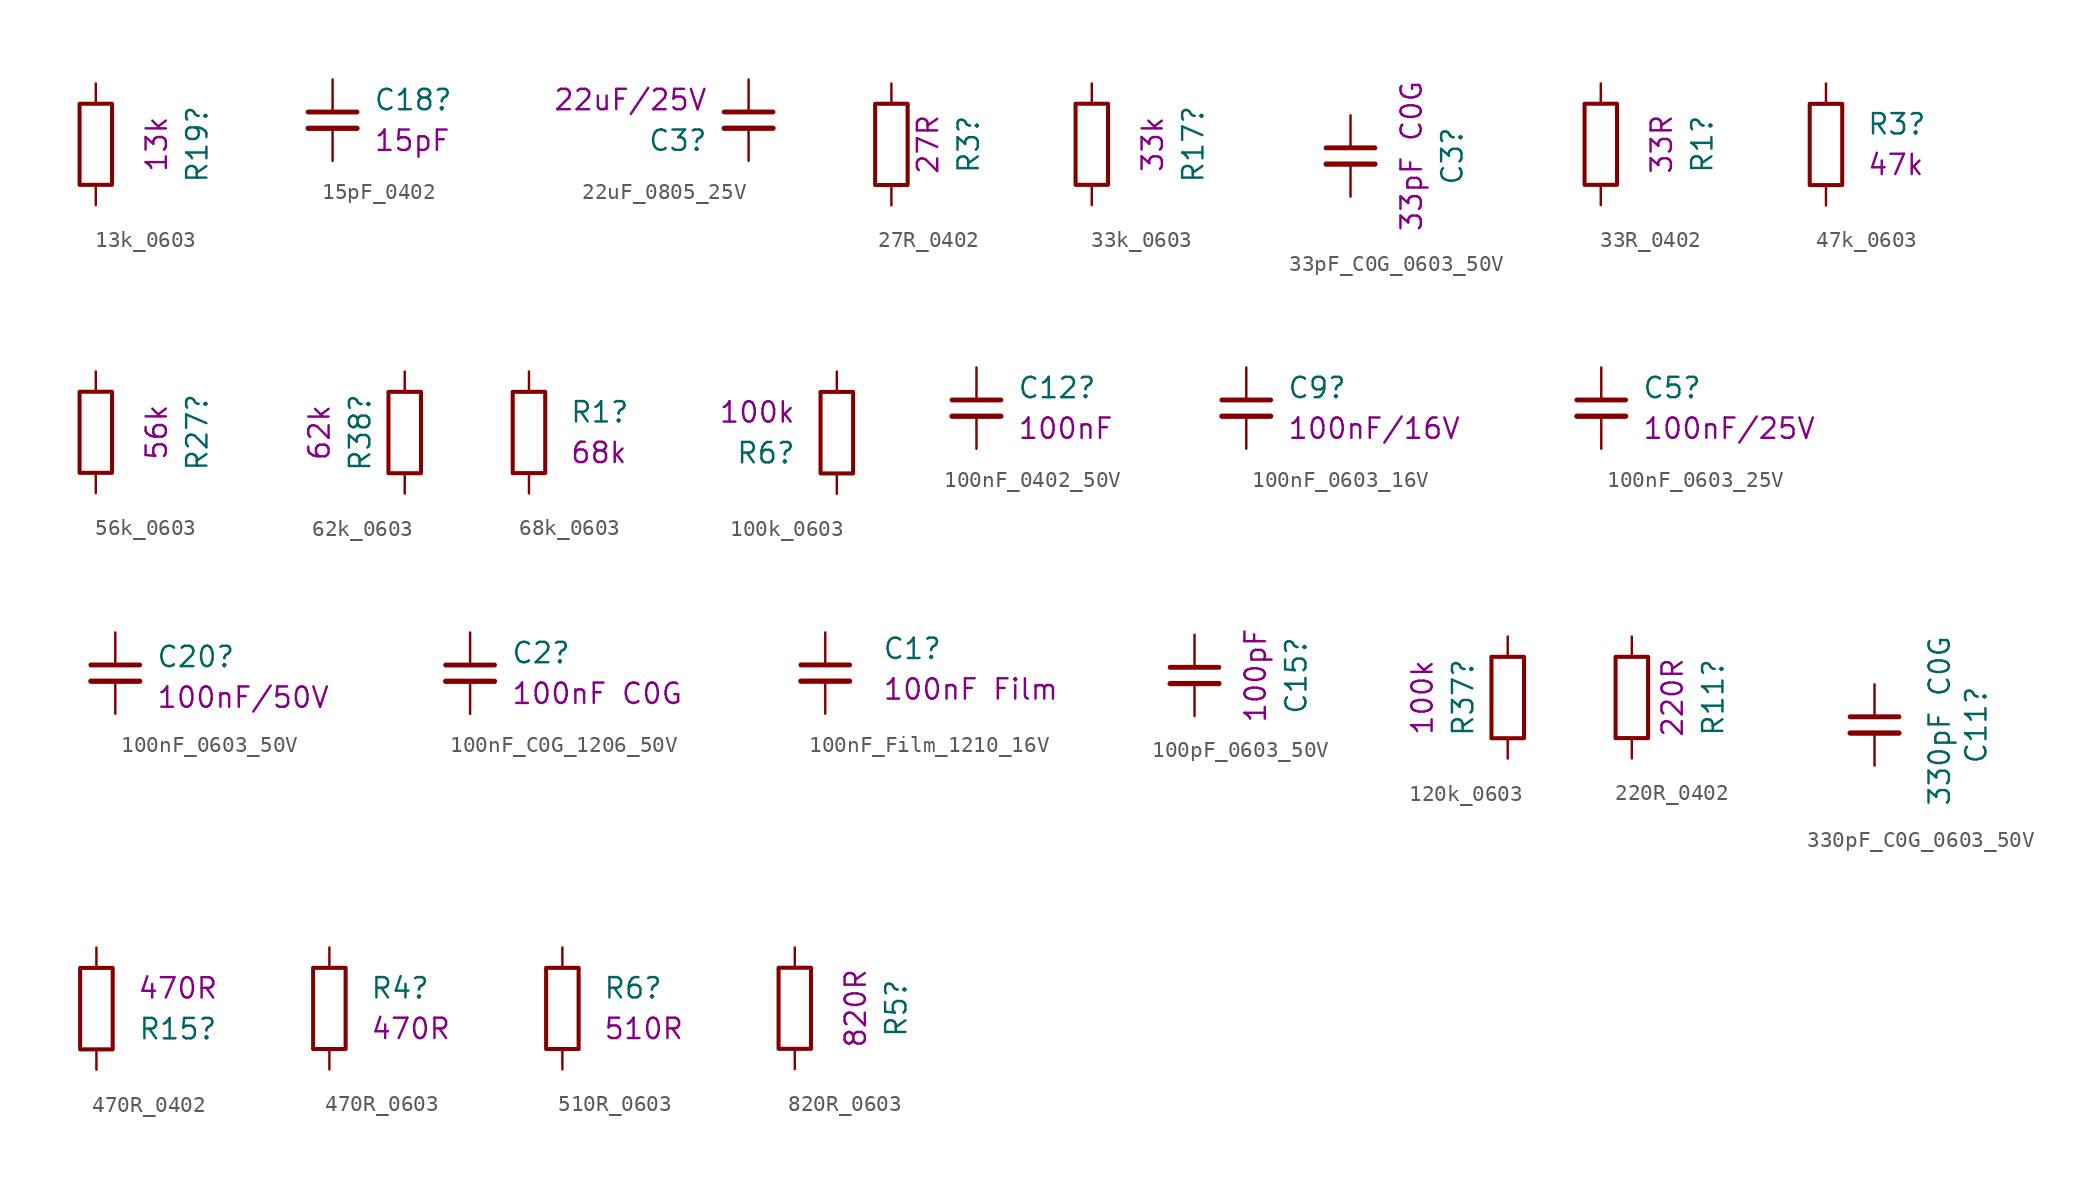
<source format=kicad_sym>
(kicad_symbol_lib
  (version 20241209)
  (generator "kicad_symbol_editor")
  (generator_version "9.0")
  (symbol "13k_0603"
    (pin_numbers
      (hide yes))
    (pin_names
      (offset 0))
    (property "Reference" "R19"
      (at 6.35 0 90)
      (effects (font (size 1.27 1.27))))
    (property "Display" "13k"
      (at 3.81 0 90)
      (effects (font (size 1.27 1.27))))
    (symbol "13k_0603_0_1"
      (rectangle (start -1.016 -2.54) (end 1.016 2.54) (stroke (width 0.254) (type default)) (fill (type none))))
    (symbol "13k_0603_1_1"
      (pin passive line (at 0 3.81 270) (length 1.27) (name "~" (effects (font (size 1.27 1.27)))) (number "1" (effects (font (size 1.27 1.27)))))
      (pin passive line (at 0 -3.81 90) (length 1.27) (name "~" (effects (font (size 1.27 1.27)))) (number "2" (effects (font (size 1.27 1.27)))))))
  (symbol "15pF_0402"
    (pin_numbers
      (hide yes))
    (pin_names
      (offset 0.254)
      (hide yes))
    (property "Reference" "C18"
      (at 2.54 1.264 0)
      (effects (font (size 1.27 1.27)) (justify left)))
    (property "Display" "15pF"
      (at 2.54 -1.276 0)
      (effects (font (size 1.27 1.27)) (justify left)))
    (symbol "15pF_0402_0_1"
      (polyline (pts (xy -1.524 0.508) (xy 1.524 0.508)) (stroke (width 0.305) (type default)) (fill (type none)))
      (polyline (pts (xy -1.524 -0.508) (xy 1.524 -0.508)) (stroke (width 0.33) (type default)) (fill (type none))))
    (symbol "15pF_0402_1_1"
      (pin passive line (at 0 2.54 270) (length 2.032) (name "~" (effects (font (size 1.27 1.27)))) (number "1" (effects (font (size 1.27 1.27)))))
      (pin passive line (at 0 -2.54 90) (length 2.032) (name "~" (effects (font (size 1.27 1.27)))) (number "2" (effects (font (size 1.27 1.27)))))))
  (symbol "22uF_0805_25V"
    (pin_numbers
      (hide yes))
    (pin_names
      (offset 0.254)
      (hide yes))
    (property "Reference" "C3"
      (at -2.54 -1.276 0)
      (effects (font (size 1.27 1.27)) (justify right)))
    (property "Display" "22uF/25V"
      (at -2.54 1.264 0)
      (effects (font (size 1.27 1.27)) (justify right)))
    (symbol "22uF_0805_25V_0_1"
      (polyline (pts (xy -1.524 0.508) (xy 1.524 0.508)) (stroke (width 0.305) (type default)) (fill (type none)))
      (polyline (pts (xy -1.524 -0.508) (xy 1.524 -0.508)) (stroke (width 0.33) (type default)) (fill (type none))))
    (symbol "22uF_0805_25V_1_1"
      (pin passive line (at 0 2.54 270) (length 2.032) (name "~" (effects (font (size 1.27 1.27)))) (number "1" (effects (font (size 1.27 1.27)))))
      (pin passive line (at 0 -2.54 90) (length 2.032) (name "~" (effects (font (size 1.27 1.27)))) (number "2" (effects (font (size 1.27 1.27)))))))
  (symbol "27R_0402"
    (pin_numbers
      (hide yes))
    (pin_names
      (offset 0))
    (property "Reference" "R3"
      (at 4.826 0 90)
      (effects (font (size 1.27 1.27))))
    (property "Display" "27R"
      (at 2.286 0 90)
      (effects (font (size 1.27 1.27))))
    (symbol "27R_0402_0_1"
      (rectangle (start -1.016 -2.54) (end 1.016 2.54) (stroke (width 0.254) (type default)) (fill (type none))))
    (symbol "27R_0402_1_1"
      (pin passive line (at 0 3.81 270) (length 1.27) (name "~" (effects (font (size 1.27 1.27)))) (number "1" (effects (font (size 1.27 1.27)))))
      (pin passive line (at 0 -3.81 90) (length 1.27) (name "~" (effects (font (size 1.27 1.27)))) (number "2" (effects (font (size 1.27 1.27)))))))
  (symbol "33k_0603"
    (pin_numbers
      (hide yes))
    (pin_names
      (offset 0))
    (property "Reference" "R17"
      (at 6.35 0 90)
      (effects (font (size 1.27 1.27))))
    (property "Display" "33k"
      (at 3.81 0 90)
      (effects (font (size 1.27 1.27))))
    (symbol "33k_0603_0_1"
      (rectangle (start -1.016 -2.54) (end 1.016 2.54) (stroke (width 0.254) (type default)) (fill (type none))))
    (symbol "33k_0603_1_1"
      (pin passive line (at 0 3.81 270) (length 1.27) (name "~" (effects (font (size 1.27 1.27)))) (number "1" (effects (font (size 1.27 1.27)))))
      (pin passive line (at 0 -3.81 90) (length 1.27) (name "~" (effects (font (size 1.27 1.27)))) (number "2" (effects (font (size 1.27 1.27)))))))
  (symbol "33pF_C0G_0603_50V"
    (pin_numbers
      (hide yes))
    (pin_names
      (offset 0.254)
      (hide yes))
    (property "Reference" "C3"
      (at 6.35 -0.006 90)
      (effects (font (size 1.27 1.27))))
    (property "Display" "33pF C0G"
      (at 3.81 -0.006 90)
      (effects (font (size 1.27 1.27))))
    (symbol "33pF_C0G_0603_50V_0_1"
      (polyline (pts (xy -1.524 0.508) (xy 1.524 0.508)) (stroke (width 0.305) (type default)) (fill (type none)))
      (polyline (pts (xy -1.524 -0.508) (xy 1.524 -0.508)) (stroke (width 0.33) (type default)) (fill (type none))))
    (symbol "33pF_C0G_0603_50V_1_1"
      (pin passive line (at 0 2.54 270) (length 2.032) (name "~" (effects (font (size 1.27 1.27)))) (number "1" (effects (font (size 1.27 1.27)))))
      (pin passive line (at 0 -2.54 90) (length 2.032) (name "~" (effects (font (size 1.27 1.27)))) (number "2" (effects (font (size 1.27 1.27)))))))
  (symbol "33R_0402"
    (pin_numbers
      (hide yes))
    (pin_names
      (offset 0))
    (property "Reference" "R1"
      (at 6.35 0 90)
      (effects (font (size 1.27 1.27))))
    (property "Display" "33R"
      (at 3.81 0 90)
      (effects (font (size 1.27 1.27))))
    (symbol "33R_0402_0_1"
      (rectangle (start -1.016 -2.54) (end 1.016 2.54) (stroke (width 0.254) (type default)) (fill (type none))))
    (symbol "33R_0402_1_1"
      (pin passive line (at 0 3.81 270) (length 1.27) (name "~" (effects (font (size 1.27 1.27)))) (number "1" (effects (font (size 1.27 1.27)))))
      (pin passive line (at 0 -3.81 90) (length 1.27) (name "~" (effects (font (size 1.27 1.27)))) (number "2" (effects (font (size 1.27 1.27)))))))
  (symbol "47k_0603"
    (pin_numbers
      (hide yes))
    (pin_names
      (offset 0))
    (property "Reference" "R3"
      (at 2.54 1.27 0)
      (effects (font (size 1.27 1.27)) (justify left)))
    (property "Display" "47k"
      (at 2.54 -1.27 0)
      (effects (font (size 1.27 1.27)) (justify left)))
    (symbol "47k_0603_0_1"
      (rectangle (start -1.016 -2.54) (end 1.016 2.54) (stroke (width 0.254) (type default)) (fill (type none))))
    (symbol "47k_0603_1_1"
      (pin passive line (at 0 3.81 270) (length 1.27) (name "~" (effects (font (size 1.27 1.27)))) (number "1" (effects (font (size 1.27 1.27)))))
      (pin passive line (at 0 -3.81 90) (length 1.27) (name "~" (effects (font (size 1.27 1.27)))) (number "2" (effects (font (size 1.27 1.27)))))))
  (symbol "56k_0603"
    (pin_numbers
      (hide yes))
    (pin_names
      (offset 0))
    (property "Reference" "R27"
      (at 6.35 0 90)
      (effects (font (size 1.27 1.27))))
    (property "Display" "56k"
      (at 3.81 0 90)
      (effects (font (size 1.27 1.27))))
    (symbol "56k_0603_0_1"
      (rectangle (start -1.016 -2.54) (end 1.016 2.54) (stroke (width 0.254) (type default)) (fill (type none))))
    (symbol "56k_0603_1_1"
      (pin passive line (at 0 3.81 270) (length 1.27) (name "~" (effects (font (size 1.27 1.27)))) (number "1" (effects (font (size 1.27 1.27)))))
      (pin passive line (at 0 -3.81 90) (length 1.27) (name "~" (effects (font (size 1.27 1.27)))) (number "2" (effects (font (size 1.27 1.27)))))))
  (symbol "62k_0603"
    (pin_numbers
      (hide yes))
    (pin_names
      (offset 0))
    (property "Reference" "R38"
      (at -2.794 0 90)
      (effects (font (size 1.27 1.27))))
    (property "Display" "62k"
      (at -5.334 0 90)
      (effects (font (size 1.27 1.27))))
    (symbol "62k_0603_0_1"
      (rectangle (start -1.016 -2.54) (end 1.016 2.54) (stroke (width 0.254) (type default)) (fill (type none))))
    (symbol "62k_0603_1_1"
      (pin passive line (at 0 3.81 270) (length 1.27) (name "~" (effects (font (size 1.27 1.27)))) (number "1" (effects (font (size 1.27 1.27)))))
      (pin passive line (at 0 -3.81 90) (length 1.27) (name "~" (effects (font (size 1.27 1.27)))) (number "2" (effects (font (size 1.27 1.27)))))))
  (symbol "68k_0603"
    (pin_numbers
      (hide yes))
    (pin_names
      (offset 0))
    (property "Reference" "R1"
      (at 2.54 1.27 0)
      (effects (font (size 1.27 1.27)) (justify left)))
    (property "Display" "68k"
      (at 2.54 -1.27 0)
      (effects (font (size 1.27 1.27)) (justify left)))
    (symbol "68k_0603_0_1"
      (rectangle (start -1.016 -2.54) (end 1.016 2.54) (stroke (width 0.254) (type default)) (fill (type none))))
    (symbol "68k_0603_1_1"
      (pin passive line (at 0 3.81 270) (length 1.27) (name "~" (effects (font (size 1.27 1.27)))) (number "1" (effects (font (size 1.27 1.27)))))
      (pin passive line (at 0 -3.81 90) (length 1.27) (name "~" (effects (font (size 1.27 1.27)))) (number "2" (effects (font (size 1.27 1.27)))))))
  (symbol "100k_0603"
    (pin_numbers
      (hide yes))
    (pin_names
      (offset 0))
    (property "Reference" "R6"
      (at -2.54 -1.27 0)
      (effects (font (size 1.27 1.27)) (justify right)))
    (property "Display" "100k"
      (at -2.54 1.27 0)
      (effects (font (size 1.27 1.27)) (justify right)))
    (symbol "100k_0603_0_1"
      (rectangle (start -1.016 -2.54) (end 1.016 2.54) (stroke (width 0.254) (type default)) (fill (type none))))
    (symbol "100k_0603_1_1"
      (pin passive line (at 0 3.81 270) (length 1.27) (name "~" (effects (font (size 1.27 1.27)))) (number "1" (effects (font (size 1.27 1.27)))))
      (pin passive line (at 0 -3.81 90) (length 1.27) (name "~" (effects (font (size 1.27 1.27)))) (number "2" (effects (font (size 1.27 1.27)))))))
  (symbol "100nF_0402_50V"
    (pin_numbers
      (hide yes))
    (pin_names
      (offset 0.254)
      (hide yes))
    (property "Reference" "C12"
      (at 2.54 1.264 0)
      (effects (font (size 1.27 1.27)) (justify left)))
    (property "Display" "100nF"
      (at 2.54 -1.276 0)
      (effects (font (size 1.27 1.27)) (justify left)))
    (symbol "100nF_0402_50V_0_1"
      (polyline (pts (xy -1.524 0.508) (xy 1.524 0.508)) (stroke (width 0.305) (type default)) (fill (type none)))
      (polyline (pts (xy -1.524 -0.508) (xy 1.524 -0.508)) (stroke (width 0.33) (type default)) (fill (type none))))
    (symbol "100nF_0402_50V_1_1"
      (pin passive line (at 0 2.54 270) (length 2.032) (name "~" (effects (font (size 1.27 1.27)))) (number "1" (effects (font (size 1.27 1.27)))))
      (pin passive line (at 0 -2.54 90) (length 2.032) (name "~" (effects (font (size 1.27 1.27)))) (number "2" (effects (font (size 1.27 1.27)))))))
  (symbol "100nF_0603_16V"
    (pin_numbers
      (hide yes))
    (pin_names
      (offset 0.254)
      (hide yes))
    (property "Reference" "C9"
      (at 2.54 1.264 0)
      (effects (font (size 1.27 1.27)) (justify left)))
    (property "Display" "100nF/16V"
      (at 2.54 -1.276 0)
      (effects (font (size 1.27 1.27)) (justify left)))
    (symbol "100nF_0603_16V_0_1"
      (polyline (pts (xy -1.524 0.508) (xy 1.524 0.508)) (stroke (width 0.305) (type default)) (fill (type none)))
      (polyline (pts (xy -1.524 -0.508) (xy 1.524 -0.508)) (stroke (width 0.33) (type default)) (fill (type none))))
    (symbol "100nF_0603_16V_1_1"
      (pin passive line (at 0 2.54 270) (length 2.032) (name "~" (effects (font (size 1.27 1.27)))) (number "1" (effects (font (size 1.27 1.27)))))
      (pin passive line (at 0 -2.54 90) (length 2.032) (name "~" (effects (font (size 1.27 1.27)))) (number "2" (effects (font (size 1.27 1.27)))))))
  (symbol "100nF_0603_25V"
    (pin_numbers
      (hide yes))
    (pin_names
      (offset 0.254)
      (hide yes))
    (property "Reference" "C5"
      (at 2.54 1.264 0)
      (effects (font (size 1.27 1.27)) (justify left)))
    (property "Display" "100nF/25V"
      (at 2.54 -1.276 0)
      (effects (font (size 1.27 1.27)) (justify left)))
    (symbol "100nF_0603_25V_0_1"
      (polyline (pts (xy -1.524 0.508) (xy 1.524 0.508)) (stroke (width 0.305) (type default)) (fill (type none)))
      (polyline (pts (xy -1.524 -0.508) (xy 1.524 -0.508)) (stroke (width 0.33) (type default)) (fill (type none))))
    (symbol "100nF_0603_25V_1_1"
      (pin passive line (at 0 2.54 270) (length 2.032) (name "~" (effects (font (size 1.27 1.27)))) (number "1" (effects (font (size 1.27 1.27)))))
      (pin passive line (at 0 -2.54 90) (length 2.032) (name "~" (effects (font (size 1.27 1.27)))) (number "2" (effects (font (size 1.27 1.27)))))))
  (symbol "100nF_0603_50V"
    (pin_numbers
      (hide yes))
    (pin_names
      (offset 0.254)
      (hide yes))
    (property "Reference" "C20"
      (at 2.54 1.016 0)
      (effects (font (size 1.27 1.27)) (justify left)))
    (property "Display" "100nF/50V"
      (at 2.54 -1.524 0)
      (effects (font (size 1.27 1.27)) (justify left)))
    (symbol "100nF_0603_50V_0_1"
      (polyline (pts (xy -1.524 0.508) (xy 1.524 0.508)) (stroke (width 0.305) (type default)) (fill (type none)))
      (polyline (pts (xy -1.524 -0.508) (xy 1.524 -0.508)) (stroke (width 0.33) (type default)) (fill (type none))))
    (symbol "100nF_0603_50V_1_1"
      (pin passive line (at 0 2.54 270) (length 2.032) (name "~" (effects (font (size 1.27 1.27)))) (number "1" (effects (font (size 1.27 1.27)))))
      (pin passive line (at 0 -2.54 90) (length 2.032) (name "~" (effects (font (size 1.27 1.27)))) (number "2" (effects (font (size 1.27 1.27)))))))
  (symbol "100nF_C0G_1206_50V"
    (pin_numbers
      (hide yes))
    (pin_names
      (offset 0.254)
      (hide yes))
    (property "Reference" "C2"
      (at 2.54 1.264 0)
      (effects (font (size 1.27 1.27)) (justify left)))
    (property "Display" "100nF C0G"
      (at 2.54 -1.276 0)
      (effects (font (size 1.27 1.27)) (justify left)))
    (symbol "100nF_C0G_1206_50V_0_1"
      (polyline (pts (xy -1.524 0.508) (xy 1.524 0.508)) (stroke (width 0.305) (type default)) (fill (type none)))
      (polyline (pts (xy -1.524 -0.508) (xy 1.524 -0.508)) (stroke (width 0.33) (type default)) (fill (type none))))
    (symbol "100nF_C0G_1206_50V_1_1"
      (pin passive line (at 0 2.54 270) (length 2.032) (name "~" (effects (font (size 1.27 1.27)))) (number "1" (effects (font (size 1.27 1.27)))))
      (pin passive line (at 0 -2.54 90) (length 2.032) (name "~" (effects (font (size 1.27 1.27)))) (number "2" (effects (font (size 1.27 1.27)))))))
  (symbol "100nF_Film_1210_16V"
    (pin_numbers
      (hide yes))
    (pin_names
      (offset 0.254)
      (hide yes))
    (property "Reference" "C1"
      (at 3.556 1.524 0)
      (effects (font (size 1.27 1.27)) (justify left)))
    (property "Display" "100nF Film"
      (at 3.556 -1.016 0)
      (effects (font (size 1.27 1.27)) (justify left)))
    (symbol "100nF_Film_1210_16V_0_1"
      (polyline (pts (xy -1.524 0.508) (xy 1.524 0.508)) (stroke (width 0.305) (type default)) (fill (type none)))
      (polyline (pts (xy -1.524 -0.508) (xy 1.524 -0.508)) (stroke (width 0.33) (type default)) (fill (type none))))
    (symbol "100nF_Film_1210_16V_1_1"
      (pin passive line (at 0 2.54 270) (length 2.032) (name "~" (effects (font (size 1.27 1.27)))) (number "1" (effects (font (size 1.27 1.27)))))
      (pin passive line (at 0 -2.54 90) (length 2.032) (name "~" (effects (font (size 1.27 1.27)))) (number "2" (effects (font (size 1.27 1.27)))))))
  (symbol "100pF_0603_50V"
    (pin_numbers
      (hide yes))
    (pin_names
      (offset 0.254)
      (hide yes))
    (property "Reference" "C15"
      (at 6.35 -0.006 90)
      (effects (font (size 1.27 1.27))))
    (property "Display" "100pF"
      (at 3.81 -0.006 90)
      (effects (font (size 1.27 1.27))))
    (symbol "100pF_0603_50V_0_1"
      (polyline (pts (xy -1.524 0.508) (xy 1.524 0.508)) (stroke (width 0.305) (type default)) (fill (type none)))
      (polyline (pts (xy -1.524 -0.508) (xy 1.524 -0.508)) (stroke (width 0.33) (type default)) (fill (type none))))
    (symbol "100pF_0603_50V_1_1"
      (pin passive line (at 0 2.54 270) (length 2.032) (name "~" (effects (font (size 1.27 1.27)))) (number "1" (effects (font (size 1.27 1.27)))))
      (pin passive line (at 0 -2.54 90) (length 2.032) (name "~" (effects (font (size 1.27 1.27)))) (number "2" (effects (font (size 1.27 1.27)))))))
  (symbol "120k_0603"
    (pin_numbers
      (hide yes))
    (pin_names
      (offset 0))
    (property "Reference" "R37"
      (at -2.794 0 90)
      (effects (font (size 1.27 1.27))))
    (property "Display" "100k"
      (at -5.334 0 90)
      (effects (font (size 1.27 1.27))))
    (symbol "120k_0603_0_1"
      (rectangle (start -1.016 -2.54) (end 1.016 2.54) (stroke (width 0.254) (type default)) (fill (type none))))
    (symbol "120k_0603_1_1"
      (pin passive line (at 0 3.81 270) (length 1.27) (name "~" (effects (font (size 1.27 1.27)))) (number "1" (effects (font (size 1.27 1.27)))))
      (pin passive line (at 0 -3.81 90) (length 1.27) (name "~" (effects (font (size 1.27 1.27)))) (number "2" (effects (font (size 1.27 1.27)))))))
  (symbol "220R_0402"
    (pin_numbers
      (hide yes))
    (pin_names
      (offset 0))
    (property "Reference" "R11"
      (at 5.08 0 90)
      (effects (font (size 1.27 1.27))))
    (property "Display" "220R"
      (at 2.54 0 90)
      (effects (font (size 1.27 1.27))))
    (symbol "220R_0402_0_1"
      (rectangle (start -1.016 -2.54) (end 1.016 2.54) (stroke (width 0.254) (type default)) (fill (type none))))
    (symbol "220R_0402_1_1"
      (pin passive line (at 0 3.81 270) (length 1.27) (name "~" (effects (font (size 1.27 1.27)))) (number "1" (effects (font (size 1.27 1.27)))))
      (pin passive line (at 0 -3.81 90) (length 1.27) (name "~" (effects (font (size 1.27 1.27)))) (number "2" (effects (font (size 1.27 1.27)))))))
  (symbol "330pF_C0G_0603_50V"
    (pin_numbers
      (hide yes))
    (pin_names
      (offset 0.254)
      (hide yes))
    (property "Reference" "C11"
      (at 6.35 -0.006 90)
      (effects (font (size 1.27 1.27))))
    (property "Value" "330pF C0G"
      (at 4.064 0.254 90)
      (effects (font (size 1.27 1.27))))
    (symbol "330pF_C0G_0603_50V_0_1"
      (polyline (pts (xy -1.524 0.508) (xy 1.524 0.508)) (stroke (width 0.305) (type default)) (fill (type none)))
      (polyline (pts (xy -1.524 -0.508) (xy 1.524 -0.508)) (stroke (width 0.33) (type default)) (fill (type none))))
    (symbol "330pF_C0G_0603_50V_1_1"
      (pin passive line (at 0 2.54 270) (length 2.032) (name "~" (effects (font (size 1.27 1.27)))) (number "1" (effects (font (size 1.27 1.27)))))
      (pin passive line (at 0 -2.54 90) (length 2.032) (name "~" (effects (font (size 1.27 1.27)))) (number "2" (effects (font (size 1.27 1.27)))))))
  (symbol "470R_0402"
    (pin_numbers
      (hide yes))
    (pin_names
      (offset 0))
    (property "Reference" "R15"
      (at 5.08 -1.27 0)
      (effects (font (size 1.27 1.27))))
    (property "Display" "470R"
      (at 5.08 1.27 0)
      (effects (font (size 1.27 1.27))))
    (symbol "470R_0402_0_1"
      (rectangle (start -1.016 -2.54) (end 1.016 2.54) (stroke (width 0.254) (type default)) (fill (type none))))
    (symbol "470R_0402_1_1"
      (pin passive line (at 0 3.81 270) (length 1.27) (name "~" (effects (font (size 1.27 1.27)))) (number "1" (effects (font (size 1.27 1.27)))))
      (pin passive line (at 0 -3.81 90) (length 1.27) (name "~" (effects (font (size 1.27 1.27)))) (number "2" (effects (font (size 1.27 1.27)))))))
  (symbol "470R_0603"
    (pin_numbers
      (hide yes))
    (pin_names
      (offset 0))
    (property "Reference" "R4"
      (at 2.54 1.27 0)
      (effects (font (size 1.27 1.27)) (justify left)))
    (property "Display" "470R"
      (at 2.54 -1.27 0)
      (effects (font (size 1.27 1.27)) (justify left)))
    (symbol "470R_0603_0_1"
      (rectangle (start -1.016 -2.54) (end 1.016 2.54) (stroke (width 0.254) (type default)) (fill (type none))))
    (symbol "470R_0603_1_1"
      (pin passive line (at 0 3.81 270) (length 1.27) (name "~" (effects (font (size 1.27 1.27)))) (number "1" (effects (font (size 1.27 1.27)))))
      (pin passive line (at 0 -3.81 90) (length 1.27) (name "~" (effects (font (size 1.27 1.27)))) (number "2" (effects (font (size 1.27 1.27)))))))
  (symbol "510R_0603"
    (pin_numbers
      (hide yes))
    (pin_names
      (offset 0))
    (property "Reference" "R6"
      (at 2.54 1.27 0)
      (effects (font (size 1.27 1.27)) (justify left)))
    (property "Display" "510R"
      (at 2.54 -1.27 0)
      (effects (font (size 1.27 1.27)) (justify left)))
    (symbol "510R_0603_0_1"
      (rectangle (start -1.016 -2.54) (end 1.016 2.54) (stroke (width 0.254) (type default)) (fill (type none))))
    (symbol "510R_0603_1_1"
      (pin passive line (at 0 3.81 270) (length 1.27) (name "~" (effects (font (size 1.27 1.27)))) (number "1" (effects (font (size 1.27 1.27)))))
      (pin passive line (at 0 -3.81 90) (length 1.27) (name "~" (effects (font (size 1.27 1.27)))) (number "2" (effects (font (size 1.27 1.27)))))))
  (symbol "820R_0603"
    (pin_numbers
      (hide yes))
    (pin_names
      (offset 0))
    (property "Reference" "R5"
      (at 6.35 0 90)
      (effects (font (size 1.27 1.27))))
    (property "Display" "820R"
      (at 3.81 0 90)
      (effects (font (size 1.27 1.27))))
    (symbol "820R_0603_0_1"
      (rectangle (start -1.016 -2.54) (end 1.016 2.54) (stroke (width 0.254) (type default)) (fill (type none))))
    (symbol "820R_0603_1_1"
      (pin passive line (at 0 3.81 270) (length 1.27) (name "~" (effects (font (size 1.27 1.27)))) (number "1" (effects (font (size 1.27 1.27)))))
      (pin passive line (at 0 -3.81 90) (length 1.27) (name "~" (effects (font (size 1.27 1.27)))) (number "2" (effects (font (size 1.27 1.27))))))))
</source>
